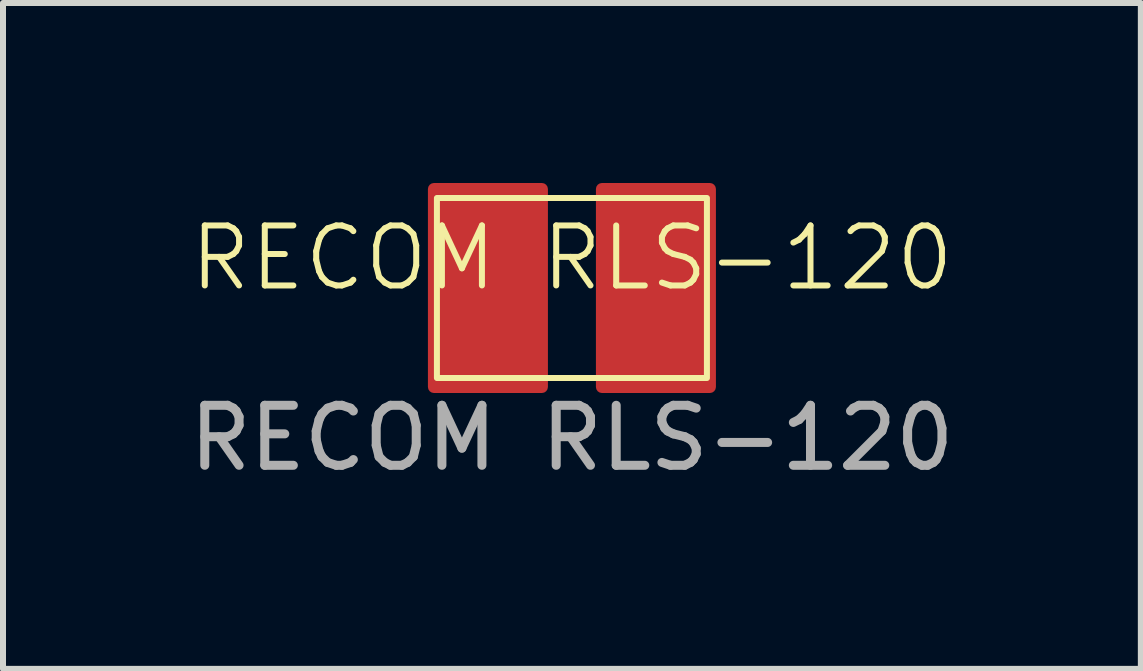
<source format=kicad_pcb>
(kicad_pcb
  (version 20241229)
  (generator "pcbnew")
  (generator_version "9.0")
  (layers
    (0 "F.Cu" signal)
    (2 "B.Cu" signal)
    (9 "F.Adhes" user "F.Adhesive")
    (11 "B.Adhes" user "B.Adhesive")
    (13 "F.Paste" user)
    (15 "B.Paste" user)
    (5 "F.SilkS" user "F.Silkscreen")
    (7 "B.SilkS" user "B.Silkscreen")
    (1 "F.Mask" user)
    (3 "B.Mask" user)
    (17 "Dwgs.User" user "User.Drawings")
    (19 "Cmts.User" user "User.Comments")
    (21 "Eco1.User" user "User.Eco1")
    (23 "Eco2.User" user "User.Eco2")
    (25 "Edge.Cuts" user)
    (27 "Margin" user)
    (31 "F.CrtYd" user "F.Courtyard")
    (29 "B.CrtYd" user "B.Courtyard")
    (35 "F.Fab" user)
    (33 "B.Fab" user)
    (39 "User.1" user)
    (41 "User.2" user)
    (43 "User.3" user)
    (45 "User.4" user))
  (footprint "RECOM RLS-120"
    (layer "F.Cu")
    (at 6.482 1.75)
    (property "Reference" "RECOM RLS-120" (at 0 -0.5 0) (unlocked yes) (layer "F.SilkS") (effects (font (size 1 1) (thickness 0.1))))
    (attr smd)
    (fp_rect (start -2.25 -1.5) (end 2.25 1.5) (stroke (width 0.1) (type solid)) (fill no) (layer "F.SilkS"))
    (fp_text user "${REFERENCE}" (at 0 2.5 0) (unlocked yes) (layer "F.Fab") (effects (font (size 1 1) (thickness 0.15))))
    (pad "1" smd roundrect (at -1.4 0) (size 2 3.5) (layers "F.Cu" "F.Mask" "F.Paste") (roundrect_rratio 0.05))
    (pad "2" smd roundrect (at 1.4 0) (size 2 3.5) (layers "F.Cu" "F.Mask" "F.Paste") (roundrect_rratio 0.05)))
  (gr_rect
    (start -3 -3)
    (end 15.964 8.098)
    (stroke (width 0.1) (type default))
    (fill no)
    (layer "Edge.Cuts")))
</source>
